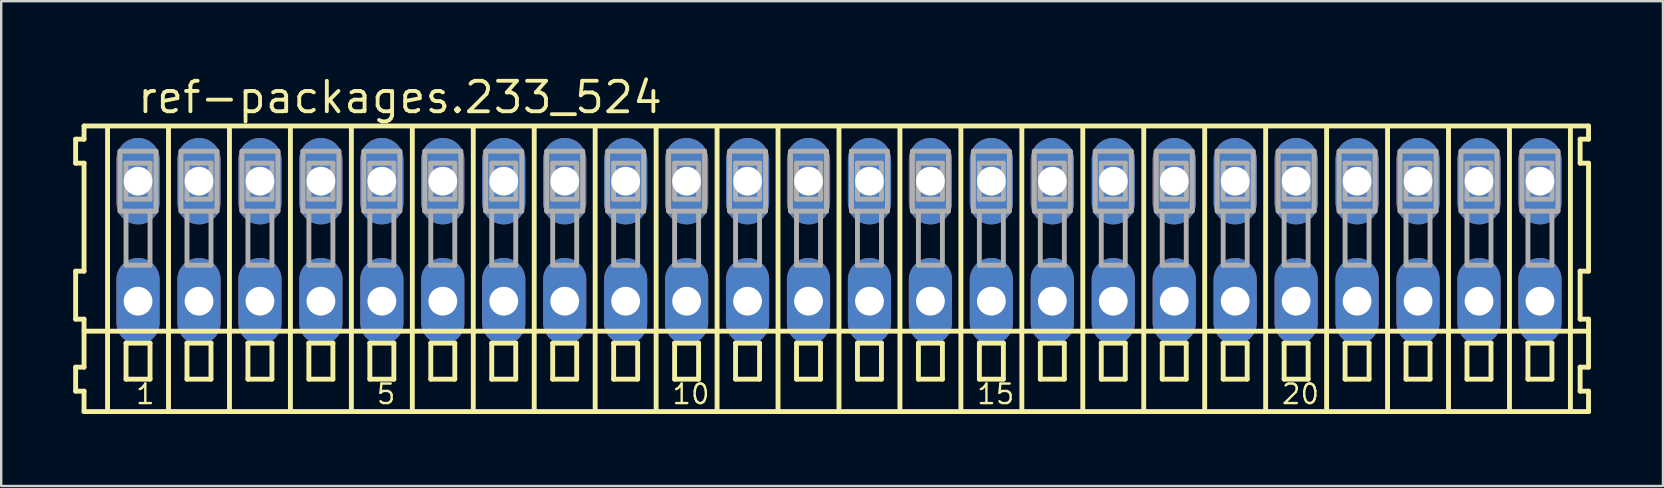
<source format=kicad_pcb>
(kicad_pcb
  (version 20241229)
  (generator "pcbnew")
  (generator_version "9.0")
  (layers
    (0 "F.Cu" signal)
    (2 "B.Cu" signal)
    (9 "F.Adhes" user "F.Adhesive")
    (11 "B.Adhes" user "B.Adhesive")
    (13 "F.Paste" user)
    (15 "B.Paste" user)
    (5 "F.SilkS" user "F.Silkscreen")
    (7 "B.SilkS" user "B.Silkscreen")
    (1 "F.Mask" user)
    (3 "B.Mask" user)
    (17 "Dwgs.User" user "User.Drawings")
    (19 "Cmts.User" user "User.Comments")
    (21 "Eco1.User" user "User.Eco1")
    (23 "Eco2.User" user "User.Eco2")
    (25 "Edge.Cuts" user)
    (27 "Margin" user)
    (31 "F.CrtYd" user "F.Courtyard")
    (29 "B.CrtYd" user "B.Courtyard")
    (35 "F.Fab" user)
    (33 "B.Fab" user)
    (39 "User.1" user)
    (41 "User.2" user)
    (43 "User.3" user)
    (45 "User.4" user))
  (footprint "ref-packages.233_524"
    (layer "F.Cu")
    (at 31.912 7)
    (property "Reference" "ref-packages.233_524" (at -29.31 -5.25 0) (layer "F.SilkS") (effects (font (size 1.27 1.27) (thickness 0.16)) (justify left bottom)))
    (attr through_hole)
    (fp_line (start -31.81 -4.25) (end -31.81 -3.25) (stroke (width 0.203) (type default)) (layer "F.SilkS"))
    (fp_line (start -31.81 -3.25) (end -31.46 -3.25) (stroke (width 0.203) (type default)) (layer "F.SilkS"))
    (fp_line (start -31.81 1.25) (end -31.81 3.25) (stroke (width 0.203) (type default)) (layer "F.SilkS"))
    (fp_line (start -31.81 3.25) (end -31.46 3.25) (stroke (width 0.203) (type default)) (layer "F.SilkS"))
    (fp_line (start -31.81 5.25) (end -31.81 6.25) (stroke (width 0.203) (type default)) (layer "F.SilkS"))
    (fp_line (start -31.81 6.25) (end -31.46 6.25) (stroke (width 0.203) (type default)) (layer "F.SilkS"))
    (fp_line (start -31.46 -4.8) (end -31.46 -4.25) (stroke (width 0.203) (type default)) (layer "F.SilkS"))
    (fp_line (start -31.46 -4.25) (end -31.81 -4.25) (stroke (width 0.203) (type default)) (layer "F.SilkS"))
    (fp_line (start -31.46 -3.25) (end -31.46 1.25) (stroke (width 0.203) (type default)) (layer "F.SilkS"))
    (fp_line (start -31.46 1.25) (end -31.81 1.25) (stroke (width 0.203) (type default)) (layer "F.SilkS"))
    (fp_line (start -31.46 3.25) (end -31.46 5.25) (stroke (width 0.203) (type default)) (layer "F.SilkS"))
    (fp_line (start -31.46 3.75) (end 31.235 3.75) (stroke (width 0.203) (type default)) (layer "F.SilkS"))
    (fp_line (start -31.46 5.25) (end -31.81 5.25) (stroke (width 0.203) (type default)) (layer "F.SilkS"))
    (fp_line (start -31.46 6.25) (end -31.46 7.1) (stroke (width 0.203) (type default)) (layer "F.SilkS"))
    (fp_line (start -31.46 7.1) (end 31.235 7.1) (stroke (width 0.203) (type default)) (layer "F.SilkS"))
    (fp_line (start -30.48 6.985) (end -30.48 -4.699) (stroke (width 0.203) (type default)) (layer "F.SilkS"))
    (fp_line (start -29.71 4.25) (end -29.71 5.75) (stroke (width 0.203) (type default)) (layer "F.SilkS"))
    (fp_line (start -29.71 5.75) (end -28.71 5.75) (stroke (width 0.203) (type default)) (layer "F.SilkS"))
    (fp_line (start -28.71 4.25) (end -29.71 4.25) (stroke (width 0.203) (type default)) (layer "F.SilkS"))
    (fp_line (start -28.71 5.75) (end -28.71 4.25) (stroke (width 0.203) (type default)) (layer "F.SilkS"))
    (fp_line (start -27.94 6.985) (end -27.94 -4.699) (stroke (width 0.203) (type default)) (layer "F.SilkS"))
    (fp_line (start -27.17 4.25) (end -27.17 5.75) (stroke (width 0.203) (type default)) (layer "F.SilkS"))
    (fp_line (start -27.17 5.75) (end -26.17 5.75) (stroke (width 0.203) (type default)) (layer "F.SilkS"))
    (fp_line (start -26.17 4.25) (end -27.17 4.25) (stroke (width 0.203) (type default)) (layer "F.SilkS"))
    (fp_line (start -26.17 5.75) (end -26.17 4.25) (stroke (width 0.203) (type default)) (layer "F.SilkS"))
    (fp_line (start -25.4 6.985) (end -25.4 -4.699) (stroke (width 0.203) (type default)) (layer "F.SilkS"))
    (fp_line (start -24.63 4.25) (end -24.63 5.75) (stroke (width 0.203) (type default)) (layer "F.SilkS"))
    (fp_line (start -24.63 5.75) (end -23.63 5.75) (stroke (width 0.203) (type default)) (layer "F.SilkS"))
    (fp_line (start -23.63 4.25) (end -24.63 4.25) (stroke (width 0.203) (type default)) (layer "F.SilkS"))
    (fp_line (start -23.63 5.75) (end -23.63 4.25) (stroke (width 0.203) (type default)) (layer "F.SilkS"))
    (fp_line (start -22.86 6.985) (end -22.86 -4.699) (stroke (width 0.203) (type default)) (layer "F.SilkS"))
    (fp_line (start -22.09 4.25) (end -22.09 5.75) (stroke (width 0.203) (type default)) (layer "F.SilkS"))
    (fp_line (start -22.09 5.75) (end -21.09 5.75) (stroke (width 0.203) (type default)) (layer "F.SilkS"))
    (fp_line (start -21.09 4.25) (end -22.09 4.25) (stroke (width 0.203) (type default)) (layer "F.SilkS"))
    (fp_line (start -21.09 5.75) (end -21.09 4.25) (stroke (width 0.203) (type default)) (layer "F.SilkS"))
    (fp_line (start -20.32 6.985) (end -20.32 -4.699) (stroke (width 0.203) (type default)) (layer "F.SilkS"))
    (fp_line (start -19.55 4.25) (end -19.55 5.75) (stroke (width 0.203) (type default)) (layer "F.SilkS"))
    (fp_line (start -19.55 5.75) (end -18.55 5.75) (stroke (width 0.203) (type default)) (layer "F.SilkS"))
    (fp_line (start -18.55 4.25) (end -19.55 4.25) (stroke (width 0.203) (type default)) (layer "F.SilkS"))
    (fp_line (start -18.55 5.75) (end -18.55 4.25) (stroke (width 0.203) (type default)) (layer "F.SilkS"))
    (fp_line (start -17.78 6.985) (end -17.78 -4.699) (stroke (width 0.203) (type default)) (layer "F.SilkS"))
    (fp_line (start -17.01 4.25) (end -17.01 5.75) (stroke (width 0.203) (type default)) (layer "F.SilkS"))
    (fp_line (start -17.01 5.75) (end -16.01 5.75) (stroke (width 0.203) (type default)) (layer "F.SilkS"))
    (fp_line (start -16.01 4.25) (end -17.01 4.25) (stroke (width 0.203) (type default)) (layer "F.SilkS"))
    (fp_line (start -16.01 5.75) (end -16.01 4.25) (stroke (width 0.203) (type default)) (layer "F.SilkS"))
    (fp_line (start -15.24 6.985) (end -15.24 -4.699) (stroke (width 0.203) (type default)) (layer "F.SilkS"))
    (fp_line (start -14.47 4.25) (end -14.47 5.75) (stroke (width 0.203) (type default)) (layer "F.SilkS"))
    (fp_line (start -14.47 5.75) (end -13.47 5.75) (stroke (width 0.203) (type default)) (layer "F.SilkS"))
    (fp_line (start -13.47 4.25) (end -14.47 4.25) (stroke (width 0.203) (type default)) (layer "F.SilkS"))
    (fp_line (start -13.47 5.75) (end -13.47 4.25) (stroke (width 0.203) (type default)) (layer "F.SilkS"))
    (fp_line (start -12.7 6.985) (end -12.7 -4.699) (stroke (width 0.203) (type default)) (layer "F.SilkS"))
    (fp_line (start -11.93 4.25) (end -11.93 5.75) (stroke (width 0.203) (type default)) (layer "F.SilkS"))
    (fp_line (start -11.93 5.75) (end -10.93 5.75) (stroke (width 0.203) (type default)) (layer "F.SilkS"))
    (fp_line (start -10.93 4.25) (end -11.93 4.25) (stroke (width 0.203) (type default)) (layer "F.SilkS"))
    (fp_line (start -10.93 5.75) (end -10.93 4.25) (stroke (width 0.203) (type default)) (layer "F.SilkS"))
    (fp_line (start -10.16 6.985) (end -10.16 -4.699) (stroke (width 0.203) (type default)) (layer "F.SilkS"))
    (fp_line (start -9.39 4.25) (end -9.39 5.75) (stroke (width 0.203) (type default)) (layer "F.SilkS"))
    (fp_line (start -9.39 5.75) (end -8.39 5.75) (stroke (width 0.203) (type default)) (layer "F.SilkS"))
    (fp_line (start -8.39 4.25) (end -9.39 4.25) (stroke (width 0.203) (type default)) (layer "F.SilkS"))
    (fp_line (start -8.39 5.75) (end -8.39 4.25) (stroke (width 0.203) (type default)) (layer "F.SilkS"))
    (fp_line (start -7.62 6.985) (end -7.62 -4.699) (stroke (width 0.203) (type default)) (layer "F.SilkS"))
    (fp_line (start -6.85 4.25) (end -6.85 5.75) (stroke (width 0.203) (type default)) (layer "F.SilkS"))
    (fp_line (start -6.85 5.75) (end -5.85 5.75) (stroke (width 0.203) (type default)) (layer "F.SilkS"))
    (fp_line (start -5.85 4.25) (end -6.85 4.25) (stroke (width 0.203) (type default)) (layer "F.SilkS"))
    (fp_line (start -5.85 5.75) (end -5.85 4.25) (stroke (width 0.203) (type default)) (layer "F.SilkS"))
    (fp_line (start -5.08 6.985) (end -5.08 -4.699) (stroke (width 0.203) (type default)) (layer "F.SilkS"))
    (fp_line (start -4.31 4.25) (end -4.31 5.75) (stroke (width 0.203) (type default)) (layer "F.SilkS"))
    (fp_line (start -4.31 5.75) (end -3.31 5.75) (stroke (width 0.203) (type default)) (layer "F.SilkS"))
    (fp_line (start -3.31 4.25) (end -4.31 4.25) (stroke (width 0.203) (type default)) (layer "F.SilkS"))
    (fp_line (start -3.31 5.75) (end -3.31 4.25) (stroke (width 0.203) (type default)) (layer "F.SilkS"))
    (fp_line (start -2.54 6.985) (end -2.54 -4.699) (stroke (width 0.203) (type default)) (layer "F.SilkS"))
    (fp_line (start -1.77 4.25) (end -1.77 5.75) (stroke (width 0.203) (type default)) (layer "F.SilkS"))
    (fp_line (start -1.77 5.75) (end -0.77 5.75) (stroke (width 0.203) (type default)) (layer "F.SilkS"))
    (fp_line (start -0.77 4.25) (end -1.77 4.25) (stroke (width 0.203) (type default)) (layer "F.SilkS"))
    (fp_line (start -0.77 5.75) (end -0.77 4.25) (stroke (width 0.203) (type default)) (layer "F.SilkS"))
    (fp_line (start 0 6.985) (end 0 -4.699) (stroke (width 0.203) (type default)) (layer "F.SilkS"))
    (fp_line (start 0.77 4.25) (end 0.77 5.75) (stroke (width 0.203) (type default)) (layer "F.SilkS"))
    (fp_line (start 0.77 5.75) (end 1.77 5.75) (stroke (width 0.203) (type default)) (layer "F.SilkS"))
    (fp_line (start 1.77 4.25) (end 0.77 4.25) (stroke (width 0.203) (type default)) (layer "F.SilkS"))
    (fp_line (start 1.77 5.75) (end 1.77 4.25) (stroke (width 0.203) (type default)) (layer "F.SilkS"))
    (fp_line (start 2.54 6.985) (end 2.54 -4.699) (stroke (width 0.203) (type default)) (layer "F.SilkS"))
    (fp_line (start 3.31 4.25) (end 3.31 5.75) (stroke (width 0.203) (type default)) (layer "F.SilkS"))
    (fp_line (start 3.31 5.75) (end 4.31 5.75) (stroke (width 0.203) (type default)) (layer "F.SilkS"))
    (fp_line (start 4.31 4.25) (end 3.31 4.25) (stroke (width 0.203) (type default)) (layer "F.SilkS"))
    (fp_line (start 4.31 5.75) (end 4.31 4.25) (stroke (width 0.203) (type default)) (layer "F.SilkS"))
    (fp_line (start 5.08 6.985) (end 5.08 -4.699) (stroke (width 0.203) (type default)) (layer "F.SilkS"))
    (fp_line (start 5.85 4.25) (end 5.85 5.75) (stroke (width 0.203) (type default)) (layer "F.SilkS"))
    (fp_line (start 5.85 5.75) (end 6.85 5.75) (stroke (width 0.203) (type default)) (layer "F.SilkS"))
    (fp_line (start 6.85 4.25) (end 5.85 4.25) (stroke (width 0.203) (type default)) (layer "F.SilkS"))
    (fp_line (start 6.85 5.75) (end 6.85 4.25) (stroke (width 0.203) (type default)) (layer "F.SilkS"))
    (fp_line (start 7.62 6.985) (end 7.62 -4.699) (stroke (width 0.203) (type default)) (layer "F.SilkS"))
    (fp_line (start 8.39 4.25) (end 8.39 5.75) (stroke (width 0.203) (type default)) (layer "F.SilkS"))
    (fp_line (start 8.39 5.75) (end 9.39 5.75) (stroke (width 0.203) (type default)) (layer "F.SilkS"))
    (fp_line (start 9.39 4.25) (end 8.39 4.25) (stroke (width 0.203) (type default)) (layer "F.SilkS"))
    (fp_line (start 9.39 5.75) (end 9.39 4.25) (stroke (width 0.203) (type default)) (layer "F.SilkS"))
    (fp_line (start 10.16 6.985) (end 10.16 -4.699) (stroke (width 0.203) (type default)) (layer "F.SilkS"))
    (fp_line (start 10.93 4.25) (end 10.93 5.75) (stroke (width 0.203) (type default)) (layer "F.SilkS"))
    (fp_line (start 10.93 5.75) (end 11.93 5.75) (stroke (width 0.203) (type default)) (layer "F.SilkS"))
    (fp_line (start 11.93 4.25) (end 10.93 4.25) (stroke (width 0.203) (type default)) (layer "F.SilkS"))
    (fp_line (start 11.93 5.75) (end 11.93 4.25) (stroke (width 0.203) (type default)) (layer "F.SilkS"))
    (fp_line (start 12.7 6.985) (end 12.7 -4.699) (stroke (width 0.203) (type default)) (layer "F.SilkS"))
    (fp_line (start 13.47 4.25) (end 13.47 5.75) (stroke (width 0.203) (type default)) (layer "F.SilkS"))
    (fp_line (start 13.47 5.75) (end 14.47 5.75) (stroke (width 0.203) (type default)) (layer "F.SilkS"))
    (fp_line (start 14.47 4.25) (end 13.47 4.25) (stroke (width 0.203) (type default)) (layer "F.SilkS"))
    (fp_line (start 14.47 5.75) (end 14.47 4.25) (stroke (width 0.203) (type default)) (layer "F.SilkS"))
    (fp_line (start 15.24 6.985) (end 15.24 -4.699) (stroke (width 0.203) (type default)) (layer "F.SilkS"))
    (fp_line (start 16.01 4.25) (end 16.01 5.75) (stroke (width 0.203) (type default)) (layer "F.SilkS"))
    (fp_line (start 16.01 5.75) (end 17.01 5.75) (stroke (width 0.203) (type default)) (layer "F.SilkS"))
    (fp_line (start 17.01 4.25) (end 16.01 4.25) (stroke (width 0.203) (type default)) (layer "F.SilkS"))
    (fp_line (start 17.01 5.75) (end 17.01 4.25) (stroke (width 0.203) (type default)) (layer "F.SilkS"))
    (fp_line (start 17.78 6.985) (end 17.78 -4.699) (stroke (width 0.203) (type default)) (layer "F.SilkS"))
    (fp_line (start 18.55 4.25) (end 18.55 5.75) (stroke (width 0.203) (type default)) (layer "F.SilkS"))
    (fp_line (start 18.55 5.75) (end 19.55 5.75) (stroke (width 0.203) (type default)) (layer "F.SilkS"))
    (fp_line (start 19.55 4.25) (end 18.55 4.25) (stroke (width 0.203) (type default)) (layer "F.SilkS"))
    (fp_line (start 19.55 5.75) (end 19.55 4.25) (stroke (width 0.203) (type default)) (layer "F.SilkS"))
    (fp_line (start 20.32 6.985) (end 20.32 -4.699) (stroke (width 0.203) (type default)) (layer "F.SilkS"))
    (fp_line (start 21.09 4.25) (end 21.09 5.75) (stroke (width 0.203) (type default)) (layer "F.SilkS"))
    (fp_line (start 21.09 5.75) (end 22.09 5.75) (stroke (width 0.203) (type default)) (layer "F.SilkS"))
    (fp_line (start 22.09 4.25) (end 21.09 4.25) (stroke (width 0.203) (type default)) (layer "F.SilkS"))
    (fp_line (start 22.09 5.75) (end 22.09 4.25) (stroke (width 0.203) (type default)) (layer "F.SilkS"))
    (fp_line (start 22.86 6.985) (end 22.86 -4.699) (stroke (width 0.203) (type default)) (layer "F.SilkS"))
    (fp_line (start 23.63 4.25) (end 23.63 5.75) (stroke (width 0.203) (type default)) (layer "F.SilkS"))
    (fp_line (start 23.63 5.75) (end 24.63 5.75) (stroke (width 0.203) (type default)) (layer "F.SilkS"))
    (fp_line (start 24.63 4.25) (end 23.63 4.25) (stroke (width 0.203) (type default)) (layer "F.SilkS"))
    (fp_line (start 24.63 5.75) (end 24.63 4.25) (stroke (width 0.203) (type default)) (layer "F.SilkS"))
    (fp_line (start 25.4 6.985) (end 25.4 -4.699) (stroke (width 0.203) (type default)) (layer "F.SilkS"))
    (fp_line (start 26.17 4.25) (end 26.17 5.75) (stroke (width 0.203) (type default)) (layer "F.SilkS"))
    (fp_line (start 26.17 5.75) (end 27.17 5.75) (stroke (width 0.203) (type default)) (layer "F.SilkS"))
    (fp_line (start 27.17 4.25) (end 26.17 4.25) (stroke (width 0.203) (type default)) (layer "F.SilkS"))
    (fp_line (start 27.17 5.75) (end 27.17 4.25) (stroke (width 0.203) (type default)) (layer "F.SilkS"))
    (fp_line (start 27.94 6.985) (end 27.94 -4.699) (stroke (width 0.203) (type default)) (layer "F.SilkS"))
    (fp_line (start 28.71 4.25) (end 28.71 5.75) (stroke (width 0.203) (type default)) (layer "F.SilkS"))
    (fp_line (start 28.71 5.75) (end 29.71 5.75) (stroke (width 0.203) (type default)) (layer "F.SilkS"))
    (fp_line (start 29.71 4.25) (end 28.71 4.25) (stroke (width 0.203) (type default)) (layer "F.SilkS"))
    (fp_line (start 29.71 5.75) (end 29.71 4.25) (stroke (width 0.203) (type default)) (layer "F.SilkS"))
    (fp_line (start 30.48 6.985) (end 30.48 -4.699) (stroke (width 0.203) (type default)) (layer "F.SilkS"))
    (fp_line (start 30.885 -4.25) (end 30.885 -3.25) (stroke (width 0.203) (type default)) (layer "F.SilkS"))
    (fp_line (start 30.885 -3.25) (end 31.235 -3.25) (stroke (width 0.203) (type default)) (layer "F.SilkS"))
    (fp_line (start 30.885 1.25) (end 30.885 3.25) (stroke (width 0.203) (type default)) (layer "F.SilkS"))
    (fp_line (start 30.885 3.25) (end 31.235 3.25) (stroke (width 0.203) (type default)) (layer "F.SilkS"))
    (fp_line (start 30.885 5.25) (end 30.885 6.25) (stroke (width 0.203) (type default)) (layer "F.SilkS"))
    (fp_line (start 30.885 6.25) (end 31.235 6.25) (stroke (width 0.203) (type default)) (layer "F.SilkS"))
    (fp_line (start 31.235 -4.8) (end -31.46 -4.8) (stroke (width 0.203) (type default)) (layer "F.SilkS"))
    (fp_line (start 31.235 -4.25) (end 30.885 -4.25) (stroke (width 0.203) (type default)) (layer "F.SilkS"))
    (fp_line (start 31.235 -4.25) (end 31.235 -4.8) (stroke (width 0.203) (type default)) (layer "F.SilkS"))
    (fp_line (start 31.235 1.25) (end 30.885 1.25) (stroke (width 0.203) (type default)) (layer "F.SilkS"))
    (fp_line (start 31.235 1.25) (end 31.235 -3.25) (stroke (width 0.203) (type default)) (layer "F.SilkS"))
    (fp_line (start 31.235 3.75) (end 31.235 3.25) (stroke (width 0.203) (type default)) (layer "F.SilkS"))
    (fp_line (start 31.235 5.25) (end 30.885 5.25) (stroke (width 0.203) (type default)) (layer "F.SilkS"))
    (fp_line (start 31.235 5.25) (end 31.235 3.75) (stroke (width 0.203) (type default)) (layer "F.SilkS"))
    (fp_line (start 31.235 7.1) (end 31.235 6.25) (stroke (width 0.203) (type default)) (layer "F.SilkS"))
    (fp_line (start -29.96 -3.75) (end -29.96 -1.25) (stroke (width 0.203) (type default)) (layer "F.Fab"))
    (fp_line (start -29.96 -1.25) (end -29.71 -1.25) (stroke (width 0.203) (type default)) (layer "F.Fab"))
    (fp_line (start -29.71 -3.25) (end -29.71 -1.75) (stroke (width 0.203) (type default)) (layer "F.Fab"))
    (fp_line (start -29.71 -1.75) (end -28.71 -1.75) (stroke (width 0.203) (type default)) (layer "F.Fab"))
    (fp_line (start -29.71 -1.25) (end -29.71 1) (stroke (width 0.203) (type default)) (layer "F.Fab"))
    (fp_line (start -29.71 -1.25) (end -28.71 -1.25) (stroke (width 0.203) (type default)) (layer "F.Fab"))
    (fp_line (start -29.71 1) (end -28.71 1) (stroke (width 0.203) (type default)) (layer "F.Fab"))
    (fp_line (start -28.71 -3.25) (end -29.71 -3.25) (stroke (width 0.203) (type default)) (layer "F.Fab"))
    (fp_line (start -28.71 -1.75) (end -28.71 -3.25) (stroke (width 0.203) (type default)) (layer "F.Fab"))
    (fp_line (start -28.71 -1.25) (end -28.46 -1.25) (stroke (width 0.203) (type default)) (layer "F.Fab"))
    (fp_line (start -28.71 1) (end -28.71 -1.25) (stroke (width 0.203) (type default)) (layer "F.Fab"))
    (fp_line (start -28.46 -3.75) (end -29.96 -3.75) (stroke (width 0.203) (type default)) (layer "F.Fab"))
    (fp_line (start -28.46 -1.25) (end -28.46 -3.75) (stroke (width 0.203) (type default)) (layer "F.Fab"))
    (fp_line (start -27.42 -3.75) (end -27.42 -1.25) (stroke (width 0.203) (type default)) (layer "F.Fab"))
    (fp_line (start -27.42 -1.25) (end -27.17 -1.25) (stroke (width 0.203) (type default)) (layer "F.Fab"))
    (fp_line (start -27.17 -3.25) (end -27.17 -1.75) (stroke (width 0.203) (type default)) (layer "F.Fab"))
    (fp_line (start -27.17 -1.75) (end -26.17 -1.75) (stroke (width 0.203) (type default)) (layer "F.Fab"))
    (fp_line (start -27.17 -1.25) (end -27.17 1) (stroke (width 0.203) (type default)) (layer "F.Fab"))
    (fp_line (start -27.17 -1.25) (end -26.17 -1.25) (stroke (width 0.203) (type default)) (layer "F.Fab"))
    (fp_line (start -27.17 1) (end -26.17 1) (stroke (width 0.203) (type default)) (layer "F.Fab"))
    (fp_line (start -26.17 -3.25) (end -27.17 -3.25) (stroke (width 0.203) (type default)) (layer "F.Fab"))
    (fp_line (start -26.17 -1.75) (end -26.17 -3.25) (stroke (width 0.203) (type default)) (layer "F.Fab"))
    (fp_line (start -26.17 -1.25) (end -25.92 -1.25) (stroke (width 0.203) (type default)) (layer "F.Fab"))
    (fp_line (start -26.17 1) (end -26.17 -1.25) (stroke (width 0.203) (type default)) (layer "F.Fab"))
    (fp_line (start -25.92 -3.75) (end -27.42 -3.75) (stroke (width 0.203) (type default)) (layer "F.Fab"))
    (fp_line (start -25.92 -1.25) (end -25.92 -3.75) (stroke (width 0.203) (type default)) (layer "F.Fab"))
    (fp_line (start -24.88 -3.75) (end -24.88 -1.25) (stroke (width 0.203) (type default)) (layer "F.Fab"))
    (fp_line (start -24.88 -1.25) (end -24.63 -1.25) (stroke (width 0.203) (type default)) (layer "F.Fab"))
    (fp_line (start -24.63 -3.25) (end -24.63 -1.75) (stroke (width 0.203) (type default)) (layer "F.Fab"))
    (fp_line (start -24.63 -1.75) (end -23.63 -1.75) (stroke (width 0.203) (type default)) (layer "F.Fab"))
    (fp_line (start -24.63 -1.25) (end -24.63 1) (stroke (width 0.203) (type default)) (layer "F.Fab"))
    (fp_line (start -24.63 -1.25) (end -23.63 -1.25) (stroke (width 0.203) (type default)) (layer "F.Fab"))
    (fp_line (start -24.63 1) (end -23.63 1) (stroke (width 0.203) (type default)) (layer "F.Fab"))
    (fp_line (start -23.63 -3.25) (end -24.63 -3.25) (stroke (width 0.203) (type default)) (layer "F.Fab"))
    (fp_line (start -23.63 -1.75) (end -23.63 -3.25) (stroke (width 0.203) (type default)) (layer "F.Fab"))
    (fp_line (start -23.63 -1.25) (end -23.38 -1.25) (stroke (width 0.203) (type default)) (layer "F.Fab"))
    (fp_line (start -23.63 1) (end -23.63 -1.25) (stroke (width 0.203) (type default)) (layer "F.Fab"))
    (fp_line (start -23.38 -3.75) (end -24.88 -3.75) (stroke (width 0.203) (type default)) (layer "F.Fab"))
    (fp_line (start -23.38 -1.25) (end -23.38 -3.75) (stroke (width 0.203) (type default)) (layer "F.Fab"))
    (fp_line (start -22.34 -3.75) (end -22.34 -1.25) (stroke (width 0.203) (type default)) (layer "F.Fab"))
    (fp_line (start -22.34 -1.25) (end -22.09 -1.25) (stroke (width 0.203) (type default)) (layer "F.Fab"))
    (fp_line (start -22.09 -3.25) (end -22.09 -1.75) (stroke (width 0.203) (type default)) (layer "F.Fab"))
    (fp_line (start -22.09 -1.75) (end -21.09 -1.75) (stroke (width 0.203) (type default)) (layer "F.Fab"))
    (fp_line (start -22.09 -1.25) (end -22.09 1) (stroke (width 0.203) (type default)) (layer "F.Fab"))
    (fp_line (start -22.09 -1.25) (end -21.09 -1.25) (stroke (width 0.203) (type default)) (layer "F.Fab"))
    (fp_line (start -22.09 1) (end -21.09 1) (stroke (width 0.203) (type default)) (layer "F.Fab"))
    (fp_line (start -21.09 -3.25) (end -22.09 -3.25) (stroke (width 0.203) (type default)) (layer "F.Fab"))
    (fp_line (start -21.09 -1.75) (end -21.09 -3.25) (stroke (width 0.203) (type default)) (layer "F.Fab"))
    (fp_line (start -21.09 -1.25) (end -20.84 -1.25) (stroke (width 0.203) (type default)) (layer "F.Fab"))
    (fp_line (start -21.09 1) (end -21.09 -1.25) (stroke (width 0.203) (type default)) (layer "F.Fab"))
    (fp_line (start -20.84 -3.75) (end -22.34 -3.75) (stroke (width 0.203) (type default)) (layer "F.Fab"))
    (fp_line (start -20.84 -1.25) (end -20.84 -3.75) (stroke (width 0.203) (type default)) (layer "F.Fab"))
    (fp_line (start -19.8 -3.75) (end -19.8 -1.25) (stroke (width 0.203) (type default)) (layer "F.Fab"))
    (fp_line (start -19.8 -1.25) (end -19.55 -1.25) (stroke (width 0.203) (type default)) (layer "F.Fab"))
    (fp_line (start -19.55 -3.25) (end -19.55 -1.75) (stroke (width 0.203) (type default)) (layer "F.Fab"))
    (fp_line (start -19.55 -1.75) (end -18.55 -1.75) (stroke (width 0.203) (type default)) (layer "F.Fab"))
    (fp_line (start -19.55 -1.25) (end -19.55 1) (stroke (width 0.203) (type default)) (layer "F.Fab"))
    (fp_line (start -19.55 -1.25) (end -18.55 -1.25) (stroke (width 0.203) (type default)) (layer "F.Fab"))
    (fp_line (start -19.55 1) (end -18.55 1) (stroke (width 0.203) (type default)) (layer "F.Fab"))
    (fp_line (start -18.55 -3.25) (end -19.55 -3.25) (stroke (width 0.203) (type default)) (layer "F.Fab"))
    (fp_line (start -18.55 -1.75) (end -18.55 -3.25) (stroke (width 0.203) (type default)) (layer "F.Fab"))
    (fp_line (start -18.55 -1.25) (end -18.3 -1.25) (stroke (width 0.203) (type default)) (layer "F.Fab"))
    (fp_line (start -18.55 1) (end -18.55 -1.25) (stroke (width 0.203) (type default)) (layer "F.Fab"))
    (fp_line (start -18.3 -3.75) (end -19.8 -3.75) (stroke (width 0.203) (type default)) (layer "F.Fab"))
    (fp_line (start -18.3 -1.25) (end -18.3 -3.75) (stroke (width 0.203) (type default)) (layer "F.Fab"))
    (fp_line (start -17.26 -3.75) (end -17.26 -1.25) (stroke (width 0.203) (type default)) (layer "F.Fab"))
    (fp_line (start -17.26 -1.25) (end -17.01 -1.25) (stroke (width 0.203) (type default)) (layer "F.Fab"))
    (fp_line (start -17.01 -3.25) (end -17.01 -1.75) (stroke (width 0.203) (type default)) (layer "F.Fab"))
    (fp_line (start -17.01 -1.75) (end -16.01 -1.75) (stroke (width 0.203) (type default)) (layer "F.Fab"))
    (fp_line (start -17.01 -1.25) (end -17.01 1) (stroke (width 0.203) (type default)) (layer "F.Fab"))
    (fp_line (start -17.01 -1.25) (end -16.01 -1.25) (stroke (width 0.203) (type default)) (layer "F.Fab"))
    (fp_line (start -17.01 1) (end -16.01 1) (stroke (width 0.203) (type default)) (layer "F.Fab"))
    (fp_line (start -16.01 -3.25) (end -17.01 -3.25) (stroke (width 0.203) (type default)) (layer "F.Fab"))
    (fp_line (start -16.01 -1.75) (end -16.01 -3.25) (stroke (width 0.203) (type default)) (layer "F.Fab"))
    (fp_line (start -16.01 -1.25) (end -15.76 -1.25) (stroke (width 0.203) (type default)) (layer "F.Fab"))
    (fp_line (start -16.01 1) (end -16.01 -1.25) (stroke (width 0.203) (type default)) (layer "F.Fab"))
    (fp_line (start -15.76 -3.75) (end -17.26 -3.75) (stroke (width 0.203) (type default)) (layer "F.Fab"))
    (fp_line (start -15.76 -1.25) (end -15.76 -3.75) (stroke (width 0.203) (type default)) (layer "F.Fab"))
    (fp_line (start -14.72 -3.75) (end -14.72 -1.25) (stroke (width 0.203) (type default)) (layer "F.Fab"))
    (fp_line (start -14.72 -1.25) (end -14.47 -1.25) (stroke (width 0.203) (type default)) (layer "F.Fab"))
    (fp_line (start -14.47 -3.25) (end -14.47 -1.75) (stroke (width 0.203) (type default)) (layer "F.Fab"))
    (fp_line (start -14.47 -1.75) (end -13.47 -1.75) (stroke (width 0.203) (type default)) (layer "F.Fab"))
    (fp_line (start -14.47 -1.25) (end -14.47 1) (stroke (width 0.203) (type default)) (layer "F.Fab"))
    (fp_line (start -14.47 -1.25) (end -13.47 -1.25) (stroke (width 0.203) (type default)) (layer "F.Fab"))
    (fp_line (start -14.47 1) (end -13.47 1) (stroke (width 0.203) (type default)) (layer "F.Fab"))
    (fp_line (start -13.47 -3.25) (end -14.47 -3.25) (stroke (width 0.203) (type default)) (layer "F.Fab"))
    (fp_line (start -13.47 -1.75) (end -13.47 -3.25) (stroke (width 0.203) (type default)) (layer "F.Fab"))
    (fp_line (start -13.47 -1.25) (end -13.22 -1.25) (stroke (width 0.203) (type default)) (layer "F.Fab"))
    (fp_line (start -13.47 1) (end -13.47 -1.25) (stroke (width 0.203) (type default)) (layer "F.Fab"))
    (fp_line (start -13.22 -3.75) (end -14.72 -3.75) (stroke (width 0.203) (type default)) (layer "F.Fab"))
    (fp_line (start -13.22 -1.25) (end -13.22 -3.75) (stroke (width 0.203) (type default)) (layer "F.Fab"))
    (fp_line (start -12.18 -3.75) (end -12.18 -1.25) (stroke (width 0.203) (type default)) (layer "F.Fab"))
    (fp_line (start -12.18 -1.25) (end -11.93 -1.25) (stroke (width 0.203) (type default)) (layer "F.Fab"))
    (fp_line (start -11.93 -3.25) (end -11.93 -1.75) (stroke (width 0.203) (type default)) (layer "F.Fab"))
    (fp_line (start -11.93 -1.75) (end -10.93 -1.75) (stroke (width 0.203) (type default)) (layer "F.Fab"))
    (fp_line (start -11.93 -1.25) (end -11.93 1) (stroke (width 0.203) (type default)) (layer "F.Fab"))
    (fp_line (start -11.93 -1.25) (end -10.93 -1.25) (stroke (width 0.203) (type default)) (layer "F.Fab"))
    (fp_line (start -11.93 1) (end -10.93 1) (stroke (width 0.203) (type default)) (layer "F.Fab"))
    (fp_line (start -10.93 -3.25) (end -11.93 -3.25) (stroke (width 0.203) (type default)) (layer "F.Fab"))
    (fp_line (start -10.93 -1.75) (end -10.93 -3.25) (stroke (width 0.203) (type default)) (layer "F.Fab"))
    (fp_line (start -10.93 -1.25) (end -10.68 -1.25) (stroke (width 0.203) (type default)) (layer "F.Fab"))
    (fp_line (start -10.93 1) (end -10.93 -1.25) (stroke (width 0.203) (type default)) (layer "F.Fab"))
    (fp_line (start -10.68 -3.75) (end -12.18 -3.75) (stroke (width 0.203) (type default)) (layer "F.Fab"))
    (fp_line (start -10.68 -1.25) (end -10.68 -3.75) (stroke (width 0.203) (type default)) (layer "F.Fab"))
    (fp_line (start -9.64 -3.75) (end -9.64 -1.25) (stroke (width 0.203) (type default)) (layer "F.Fab"))
    (fp_line (start -9.64 -1.25) (end -9.39 -1.25) (stroke (width 0.203) (type default)) (layer "F.Fab"))
    (fp_line (start -9.39 -3.25) (end -9.39 -1.75) (stroke (width 0.203) (type default)) (layer "F.Fab"))
    (fp_line (start -9.39 -1.75) (end -8.39 -1.75) (stroke (width 0.203) (type default)) (layer "F.Fab"))
    (fp_line (start -9.39 -1.25) (end -9.39 1) (stroke (width 0.203) (type default)) (layer "F.Fab"))
    (fp_line (start -9.39 -1.25) (end -8.39 -1.25) (stroke (width 0.203) (type default)) (layer "F.Fab"))
    (fp_line (start -9.39 1) (end -8.39 1) (stroke (width 0.203) (type default)) (layer "F.Fab"))
    (fp_line (start -8.39 -3.25) (end -9.39 -3.25) (stroke (width 0.203) (type default)) (layer "F.Fab"))
    (fp_line (start -8.39 -1.75) (end -8.39 -3.25) (stroke (width 0.203) (type default)) (layer "F.Fab"))
    (fp_line (start -8.39 -1.25) (end -8.14 -1.25) (stroke (width 0.203) (type default)) (layer "F.Fab"))
    (fp_line (start -8.39 1) (end -8.39 -1.25) (stroke (width 0.203) (type default)) (layer "F.Fab"))
    (fp_line (start -8.14 -3.75) (end -9.64 -3.75) (stroke (width 0.203) (type default)) (layer "F.Fab"))
    (fp_line (start -8.14 -1.25) (end -8.14 -3.75) (stroke (width 0.203) (type default)) (layer "F.Fab"))
    (fp_line (start -7.1 -3.75) (end -7.1 -1.25) (stroke (width 0.203) (type default)) (layer "F.Fab"))
    (fp_line (start -7.1 -1.25) (end -6.85 -1.25) (stroke (width 0.203) (type default)) (layer "F.Fab"))
    (fp_line (start -6.85 -3.25) (end -6.85 -1.75) (stroke (width 0.203) (type default)) (layer "F.Fab"))
    (fp_line (start -6.85 -1.75) (end -5.85 -1.75) (stroke (width 0.203) (type default)) (layer "F.Fab"))
    (fp_line (start -6.85 -1.25) (end -6.85 1) (stroke (width 0.203) (type default)) (layer "F.Fab"))
    (fp_line (start -6.85 -1.25) (end -5.85 -1.25) (stroke (width 0.203) (type default)) (layer "F.Fab"))
    (fp_line (start -6.85 1) (end -5.85 1) (stroke (width 0.203) (type default)) (layer "F.Fab"))
    (fp_line (start -5.85 -3.25) (end -6.85 -3.25) (stroke (width 0.203) (type default)) (layer "F.Fab"))
    (fp_line (start -5.85 -1.75) (end -5.85 -3.25) (stroke (width 0.203) (type default)) (layer "F.Fab"))
    (fp_line (start -5.85 -1.25) (end -5.6 -1.25) (stroke (width 0.203) (type default)) (layer "F.Fab"))
    (fp_line (start -5.85 1) (end -5.85 -1.25) (stroke (width 0.203) (type default)) (layer "F.Fab"))
    (fp_line (start -5.6 -3.75) (end -7.1 -3.75) (stroke (width 0.203) (type default)) (layer "F.Fab"))
    (fp_line (start -5.6 -1.25) (end -5.6 -3.75) (stroke (width 0.203) (type default)) (layer "F.Fab"))
    (fp_line (start -4.56 -3.75) (end -4.56 -1.25) (stroke (width 0.203) (type default)) (layer "F.Fab"))
    (fp_line (start -4.56 -1.25) (end -4.31 -1.25) (stroke (width 0.203) (type default)) (layer "F.Fab"))
    (fp_line (start -4.31 -3.25) (end -4.31 -1.75) (stroke (width 0.203) (type default)) (layer "F.Fab"))
    (fp_line (start -4.31 -1.75) (end -3.31 -1.75) (stroke (width 0.203) (type default)) (layer "F.Fab"))
    (fp_line (start -4.31 -1.25) (end -4.31 1) (stroke (width 0.203) (type default)) (layer "F.Fab"))
    (fp_line (start -4.31 -1.25) (end -3.31 -1.25) (stroke (width 0.203) (type default)) (layer "F.Fab"))
    (fp_line (start -4.31 1) (end -3.31 1) (stroke (width 0.203) (type default)) (layer "F.Fab"))
    (fp_line (start -3.31 -3.25) (end -4.31 -3.25) (stroke (width 0.203) (type default)) (layer "F.Fab"))
    (fp_line (start -3.31 -1.75) (end -3.31 -3.25) (stroke (width 0.203) (type default)) (layer "F.Fab"))
    (fp_line (start -3.31 -1.25) (end -3.06 -1.25) (stroke (width 0.203) (type default)) (layer "F.Fab"))
    (fp_line (start -3.31 1) (end -3.31 -1.25) (stroke (width 0.203) (type default)) (layer "F.Fab"))
    (fp_line (start -3.06 -3.75) (end -4.56 -3.75) (stroke (width 0.203) (type default)) (layer "F.Fab"))
    (fp_line (start -3.06 -1.25) (end -3.06 -3.75) (stroke (width 0.203) (type default)) (layer "F.Fab"))
    (fp_line (start -2.02 -3.75) (end -2.02 -1.25) (stroke (width 0.203) (type default)) (layer "F.Fab"))
    (fp_line (start -2.02 -1.25) (end -1.77 -1.25) (stroke (width 0.203) (type default)) (layer "F.Fab"))
    (fp_line (start -1.77 -3.25) (end -1.77 -1.75) (stroke (width 0.203) (type default)) (layer "F.Fab"))
    (fp_line (start -1.77 -1.75) (end -0.77 -1.75) (stroke (width 0.203) (type default)) (layer "F.Fab"))
    (fp_line (start -1.77 -1.25) (end -1.77 1) (stroke (width 0.203) (type default)) (layer "F.Fab"))
    (fp_line (start -1.77 -1.25) (end -0.77 -1.25) (stroke (width 0.203) (type default)) (layer "F.Fab"))
    (fp_line (start -1.77 1) (end -0.77 1) (stroke (width 0.203) (type default)) (layer "F.Fab"))
    (fp_line (start -0.77 -3.25) (end -1.77 -3.25) (stroke (width 0.203) (type default)) (layer "F.Fab"))
    (fp_line (start -0.77 -1.75) (end -0.77 -3.25) (stroke (width 0.203) (type default)) (layer "F.Fab"))
    (fp_line (start -0.77 -1.25) (end -0.52 -1.25) (stroke (width 0.203) (type default)) (layer "F.Fab"))
    (fp_line (start -0.77 1) (end -0.77 -1.25) (stroke (width 0.203) (type default)) (layer "F.Fab"))
    (fp_line (start -0.52 -3.75) (end -2.02 -3.75) (stroke (width 0.203) (type default)) (layer "F.Fab"))
    (fp_line (start -0.52 -1.25) (end -0.52 -3.75) (stroke (width 0.203) (type default)) (layer "F.Fab"))
    (fp_line (start 0.52 -3.75) (end 0.52 -1.25) (stroke (width 0.203) (type default)) (layer "F.Fab"))
    (fp_line (start 0.52 -1.25) (end 0.77 -1.25) (stroke (width 0.203) (type default)) (layer "F.Fab"))
    (fp_line (start 0.77 -3.25) (end 0.77 -1.75) (stroke (width 0.203) (type default)) (layer "F.Fab"))
    (fp_line (start 0.77 -1.75) (end 1.77 -1.75) (stroke (width 0.203) (type default)) (layer "F.Fab"))
    (fp_line (start 0.77 -1.25) (end 0.77 1) (stroke (width 0.203) (type default)) (layer "F.Fab"))
    (fp_line (start 0.77 -1.25) (end 1.77 -1.25) (stroke (width 0.203) (type default)) (layer "F.Fab"))
    (fp_line (start 0.77 1) (end 1.77 1) (stroke (width 0.203) (type default)) (layer "F.Fab"))
    (fp_line (start 1.77 -3.25) (end 0.77 -3.25) (stroke (width 0.203) (type default)) (layer "F.Fab"))
    (fp_line (start 1.77 -1.75) (end 1.77 -3.25) (stroke (width 0.203) (type default)) (layer "F.Fab"))
    (fp_line (start 1.77 -1.25) (end 2.02 -1.25) (stroke (width 0.203) (type default)) (layer "F.Fab"))
    (fp_line (start 1.77 1) (end 1.77 -1.25) (stroke (width 0.203) (type default)) (layer "F.Fab"))
    (fp_line (start 2.02 -3.75) (end 0.52 -3.75) (stroke (width 0.203) (type default)) (layer "F.Fab"))
    (fp_line (start 2.02 -1.25) (end 2.02 -3.75) (stroke (width 0.203) (type default)) (layer "F.Fab"))
    (fp_line (start 3.06 -3.75) (end 3.06 -1.25) (stroke (width 0.203) (type default)) (layer "F.Fab"))
    (fp_line (start 3.06 -1.25) (end 3.31 -1.25) (stroke (width 0.203) (type default)) (layer "F.Fab"))
    (fp_line (start 3.31 -3.25) (end 3.31 -1.75) (stroke (width 0.203) (type default)) (layer "F.Fab"))
    (fp_line (start 3.31 -1.75) (end 4.31 -1.75) (stroke (width 0.203) (type default)) (layer "F.Fab"))
    (fp_line (start 3.31 -1.25) (end 3.31 1) (stroke (width 0.203) (type default)) (layer "F.Fab"))
    (fp_line (start 3.31 -1.25) (end 4.31 -1.25) (stroke (width 0.203) (type default)) (layer "F.Fab"))
    (fp_line (start 3.31 1) (end 4.31 1) (stroke (width 0.203) (type default)) (layer "F.Fab"))
    (fp_line (start 4.31 -3.25) (end 3.31 -3.25) (stroke (width 0.203) (type default)) (layer "F.Fab"))
    (fp_line (start 4.31 -1.75) (end 4.31 -3.25) (stroke (width 0.203) (type default)) (layer "F.Fab"))
    (fp_line (start 4.31 -1.25) (end 4.56 -1.25) (stroke (width 0.203) (type default)) (layer "F.Fab"))
    (fp_line (start 4.31 1) (end 4.31 -1.25) (stroke (width 0.203) (type default)) (layer "F.Fab"))
    (fp_line (start 4.56 -3.75) (end 3.06 -3.75) (stroke (width 0.203) (type default)) (layer "F.Fab"))
    (fp_line (start 4.56 -1.25) (end 4.56 -3.75) (stroke (width 0.203) (type default)) (layer "F.Fab"))
    (fp_line (start 5.6 -3.75) (end 5.6 -1.25) (stroke (width 0.203) (type default)) (layer "F.Fab"))
    (fp_line (start 5.6 -1.25) (end 5.85 -1.25) (stroke (width 0.203) (type default)) (layer "F.Fab"))
    (fp_line (start 5.85 -3.25) (end 5.85 -1.75) (stroke (width 0.203) (type default)) (layer "F.Fab"))
    (fp_line (start 5.85 -1.75) (end 6.85 -1.75) (stroke (width 0.203) (type default)) (layer "F.Fab"))
    (fp_line (start 5.85 -1.25) (end 5.85 1) (stroke (width 0.203) (type default)) (layer "F.Fab"))
    (fp_line (start 5.85 -1.25) (end 6.85 -1.25) (stroke (width 0.203) (type default)) (layer "F.Fab"))
    (fp_line (start 5.85 1) (end 6.85 1) (stroke (width 0.203) (type default)) (layer "F.Fab"))
    (fp_line (start 6.85 -3.25) (end 5.85 -3.25) (stroke (width 0.203) (type default)) (layer "F.Fab"))
    (fp_line (start 6.85 -1.75) (end 6.85 -3.25) (stroke (width 0.203) (type default)) (layer "F.Fab"))
    (fp_line (start 6.85 -1.25) (end 7.1 -1.25) (stroke (width 0.203) (type default)) (layer "F.Fab"))
    (fp_line (start 6.85 1) (end 6.85 -1.25) (stroke (width 0.203) (type default)) (layer "F.Fab"))
    (fp_line (start 7.1 -3.75) (end 5.6 -3.75) (stroke (width 0.203) (type default)) (layer "F.Fab"))
    (fp_line (start 7.1 -1.25) (end 7.1 -3.75) (stroke (width 0.203) (type default)) (layer "F.Fab"))
    (fp_line (start 8.14 -3.75) (end 8.14 -1.25) (stroke (width 0.203) (type default)) (layer "F.Fab"))
    (fp_line (start 8.14 -1.25) (end 8.39 -1.25) (stroke (width 0.203) (type default)) (layer "F.Fab"))
    (fp_line (start 8.39 -3.25) (end 8.39 -1.75) (stroke (width 0.203) (type default)) (layer "F.Fab"))
    (fp_line (start 8.39 -1.75) (end 9.39 -1.75) (stroke (width 0.203) (type default)) (layer "F.Fab"))
    (fp_line (start 8.39 -1.25) (end 8.39 1) (stroke (width 0.203) (type default)) (layer "F.Fab"))
    (fp_line (start 8.39 -1.25) (end 9.39 -1.25) (stroke (width 0.203) (type default)) (layer "F.Fab"))
    (fp_line (start 8.39 1) (end 9.39 1) (stroke (width 0.203) (type default)) (layer "F.Fab"))
    (fp_line (start 9.39 -3.25) (end 8.39 -3.25) (stroke (width 0.203) (type default)) (layer "F.Fab"))
    (fp_line (start 9.39 -1.75) (end 9.39 -3.25) (stroke (width 0.203) (type default)) (layer "F.Fab"))
    (fp_line (start 9.39 -1.25) (end 9.64 -1.25) (stroke (width 0.203) (type default)) (layer "F.Fab"))
    (fp_line (start 9.39 1) (end 9.39 -1.25) (stroke (width 0.203) (type default)) (layer "F.Fab"))
    (fp_line (start 9.64 -3.75) (end 8.14 -3.75) (stroke (width 0.203) (type default)) (layer "F.Fab"))
    (fp_line (start 9.64 -1.25) (end 9.64 -3.75) (stroke (width 0.203) (type default)) (layer "F.Fab"))
    (fp_line (start 10.68 -3.75) (end 10.68 -1.25) (stroke (width 0.203) (type default)) (layer "F.Fab"))
    (fp_line (start 10.68 -1.25) (end 10.93 -1.25) (stroke (width 0.203) (type default)) (layer "F.Fab"))
    (fp_line (start 10.93 -3.25) (end 10.93 -1.75) (stroke (width 0.203) (type default)) (layer "F.Fab"))
    (fp_line (start 10.93 -1.75) (end 11.93 -1.75) (stroke (width 0.203) (type default)) (layer "F.Fab"))
    (fp_line (start 10.93 -1.25) (end 10.93 1) (stroke (width 0.203) (type default)) (layer "F.Fab"))
    (fp_line (start 10.93 -1.25) (end 11.93 -1.25) (stroke (width 0.203) (type default)) (layer "F.Fab"))
    (fp_line (start 10.93 1) (end 11.93 1) (stroke (width 0.203) (type default)) (layer "F.Fab"))
    (fp_line (start 11.93 -3.25) (end 10.93 -3.25) (stroke (width 0.203) (type default)) (layer "F.Fab"))
    (fp_line (start 11.93 -1.75) (end 11.93 -3.25) (stroke (width 0.203) (type default)) (layer "F.Fab"))
    (fp_line (start 11.93 -1.25) (end 12.18 -1.25) (stroke (width 0.203) (type default)) (layer "F.Fab"))
    (fp_line (start 11.93 1) (end 11.93 -1.25) (stroke (width 0.203) (type default)) (layer "F.Fab"))
    (fp_line (start 12.18 -3.75) (end 10.68 -3.75) (stroke (width 0.203) (type default)) (layer "F.Fab"))
    (fp_line (start 12.18 -1.25) (end 12.18 -3.75) (stroke (width 0.203) (type default)) (layer "F.Fab"))
    (fp_line (start 13.22 -3.75) (end 13.22 -1.25) (stroke (width 0.203) (type default)) (layer "F.Fab"))
    (fp_line (start 13.22 -1.25) (end 13.47 -1.25) (stroke (width 0.203) (type default)) (layer "F.Fab"))
    (fp_line (start 13.47 -3.25) (end 13.47 -1.75) (stroke (width 0.203) (type default)) (layer "F.Fab"))
    (fp_line (start 13.47 -1.75) (end 14.47 -1.75) (stroke (width 0.203) (type default)) (layer "F.Fab"))
    (fp_line (start 13.47 -1.25) (end 13.47 1) (stroke (width 0.203) (type default)) (layer "F.Fab"))
    (fp_line (start 13.47 -1.25) (end 14.47 -1.25) (stroke (width 0.203) (type default)) (layer "F.Fab"))
    (fp_line (start 13.47 1) (end 14.47 1) (stroke (width 0.203) (type default)) (layer "F.Fab"))
    (fp_line (start 14.47 -3.25) (end 13.47 -3.25) (stroke (width 0.203) (type default)) (layer "F.Fab"))
    (fp_line (start 14.47 -1.75) (end 14.47 -3.25) (stroke (width 0.203) (type default)) (layer "F.Fab"))
    (fp_line (start 14.47 -1.25) (end 14.72 -1.25) (stroke (width 0.203) (type default)) (layer "F.Fab"))
    (fp_line (start 14.47 1) (end 14.47 -1.25) (stroke (width 0.203) (type default)) (layer "F.Fab"))
    (fp_line (start 14.72 -3.75) (end 13.22 -3.75) (stroke (width 0.203) (type default)) (layer "F.Fab"))
    (fp_line (start 14.72 -1.25) (end 14.72 -3.75) (stroke (width 0.203) (type default)) (layer "F.Fab"))
    (fp_line (start 15.76 -3.75) (end 15.76 -1.25) (stroke (width 0.203) (type default)) (layer "F.Fab"))
    (fp_line (start 15.76 -1.25) (end 16.01 -1.25) (stroke (width 0.203) (type default)) (layer "F.Fab"))
    (fp_line (start 16.01 -3.25) (end 16.01 -1.75) (stroke (width 0.203) (type default)) (layer "F.Fab"))
    (fp_line (start 16.01 -1.75) (end 17.01 -1.75) (stroke (width 0.203) (type default)) (layer "F.Fab"))
    (fp_line (start 16.01 -1.25) (end 16.01 1) (stroke (width 0.203) (type default)) (layer "F.Fab"))
    (fp_line (start 16.01 -1.25) (end 17.01 -1.25) (stroke (width 0.203) (type default)) (layer "F.Fab"))
    (fp_line (start 16.01 1) (end 17.01 1) (stroke (width 0.203) (type default)) (layer "F.Fab"))
    (fp_line (start 17.01 -3.25) (end 16.01 -3.25) (stroke (width 0.203) (type default)) (layer "F.Fab"))
    (fp_line (start 17.01 -1.75) (end 17.01 -3.25) (stroke (width 0.203) (type default)) (layer "F.Fab"))
    (fp_line (start 17.01 -1.25) (end 17.26 -1.25) (stroke (width 0.203) (type default)) (layer "F.Fab"))
    (fp_line (start 17.01 1) (end 17.01 -1.25) (stroke (width 0.203) (type default)) (layer "F.Fab"))
    (fp_line (start 17.26 -3.75) (end 15.76 -3.75) (stroke (width 0.203) (type default)) (layer "F.Fab"))
    (fp_line (start 17.26 -1.25) (end 17.26 -3.75) (stroke (width 0.203) (type default)) (layer "F.Fab"))
    (fp_line (start 18.3 -3.75) (end 18.3 -1.25) (stroke (width 0.203) (type default)) (layer "F.Fab"))
    (fp_line (start 18.3 -1.25) (end 18.55 -1.25) (stroke (width 0.203) (type default)) (layer "F.Fab"))
    (fp_line (start 18.55 -3.25) (end 18.55 -1.75) (stroke (width 0.203) (type default)) (layer "F.Fab"))
    (fp_line (start 18.55 -1.75) (end 19.55 -1.75) (stroke (width 0.203) (type default)) (layer "F.Fab"))
    (fp_line (start 18.55 -1.25) (end 18.55 1) (stroke (width 0.203) (type default)) (layer "F.Fab"))
    (fp_line (start 18.55 -1.25) (end 19.55 -1.25) (stroke (width 0.203) (type default)) (layer "F.Fab"))
    (fp_line (start 18.55 1) (end 19.55 1) (stroke (width 0.203) (type default)) (layer "F.Fab"))
    (fp_line (start 19.55 -3.25) (end 18.55 -3.25) (stroke (width 0.203) (type default)) (layer "F.Fab"))
    (fp_line (start 19.55 -1.75) (end 19.55 -3.25) (stroke (width 0.203) (type default)) (layer "F.Fab"))
    (fp_line (start 19.55 -1.25) (end 19.8 -1.25) (stroke (width 0.203) (type default)) (layer "F.Fab"))
    (fp_line (start 19.55 1) (end 19.55 -1.25) (stroke (width 0.203) (type default)) (layer "F.Fab"))
    (fp_line (start 19.8 -3.75) (end 18.3 -3.75) (stroke (width 0.203) (type default)) (layer "F.Fab"))
    (fp_line (start 19.8 -1.25) (end 19.8 -3.75) (stroke (width 0.203) (type default)) (layer "F.Fab"))
    (fp_line (start 20.84 -3.75) (end 20.84 -1.25) (stroke (width 0.203) (type default)) (layer "F.Fab"))
    (fp_line (start 20.84 -1.25) (end 21.09 -1.25) (stroke (width 0.203) (type default)) (layer "F.Fab"))
    (fp_line (start 21.09 -3.25) (end 21.09 -1.75) (stroke (width 0.203) (type default)) (layer "F.Fab"))
    (fp_line (start 21.09 -1.75) (end 22.09 -1.75) (stroke (width 0.203) (type default)) (layer "F.Fab"))
    (fp_line (start 21.09 -1.25) (end 21.09 1) (stroke (width 0.203) (type default)) (layer "F.Fab"))
    (fp_line (start 21.09 -1.25) (end 22.09 -1.25) (stroke (width 0.203) (type default)) (layer "F.Fab"))
    (fp_line (start 21.09 1) (end 22.09 1) (stroke (width 0.203) (type default)) (layer "F.Fab"))
    (fp_line (start 22.09 -3.25) (end 21.09 -3.25) (stroke (width 0.203) (type default)) (layer "F.Fab"))
    (fp_line (start 22.09 -1.75) (end 22.09 -3.25) (stroke (width 0.203) (type default)) (layer "F.Fab"))
    (fp_line (start 22.09 -1.25) (end 22.34 -1.25) (stroke (width 0.203) (type default)) (layer "F.Fab"))
    (fp_line (start 22.09 1) (end 22.09 -1.25) (stroke (width 0.203) (type default)) (layer "F.Fab"))
    (fp_line (start 22.34 -3.75) (end 20.84 -3.75) (stroke (width 0.203) (type default)) (layer "F.Fab"))
    (fp_line (start 22.34 -1.25) (end 22.34 -3.75) (stroke (width 0.203) (type default)) (layer "F.Fab"))
    (fp_line (start 23.38 -3.75) (end 23.38 -1.25) (stroke (width 0.203) (type default)) (layer "F.Fab"))
    (fp_line (start 23.38 -1.25) (end 23.63 -1.25) (stroke (width 0.203) (type default)) (layer "F.Fab"))
    (fp_line (start 23.63 -3.25) (end 23.63 -1.75) (stroke (width 0.203) (type default)) (layer "F.Fab"))
    (fp_line (start 23.63 -1.75) (end 24.63 -1.75) (stroke (width 0.203) (type default)) (layer "F.Fab"))
    (fp_line (start 23.63 -1.25) (end 23.63 1) (stroke (width 0.203) (type default)) (layer "F.Fab"))
    (fp_line (start 23.63 -1.25) (end 24.63 -1.25) (stroke (width 0.203) (type default)) (layer "F.Fab"))
    (fp_line (start 23.63 1) (end 24.63 1) (stroke (width 0.203) (type default)) (layer "F.Fab"))
    (fp_line (start 24.63 -3.25) (end 23.63 -3.25) (stroke (width 0.203) (type default)) (layer "F.Fab"))
    (fp_line (start 24.63 -1.75) (end 24.63 -3.25) (stroke (width 0.203) (type default)) (layer "F.Fab"))
    (fp_line (start 24.63 -1.25) (end 24.88 -1.25) (stroke (width 0.203) (type default)) (layer "F.Fab"))
    (fp_line (start 24.63 1) (end 24.63 -1.25) (stroke (width 0.203) (type default)) (layer "F.Fab"))
    (fp_line (start 24.88 -3.75) (end 23.38 -3.75) (stroke (width 0.203) (type default)) (layer "F.Fab"))
    (fp_line (start 24.88 -1.25) (end 24.88 -3.75) (stroke (width 0.203) (type default)) (layer "F.Fab"))
    (fp_line (start 25.92 -3.75) (end 25.92 -1.25) (stroke (width 0.203) (type default)) (layer "F.Fab"))
    (fp_line (start 25.92 -1.25) (end 26.17 -1.25) (stroke (width 0.203) (type default)) (layer "F.Fab"))
    (fp_line (start 26.17 -3.25) (end 26.17 -1.75) (stroke (width 0.203) (type default)) (layer "F.Fab"))
    (fp_line (start 26.17 -1.75) (end 27.17 -1.75) (stroke (width 0.203) (type default)) (layer "F.Fab"))
    (fp_line (start 26.17 -1.25) (end 26.17 1) (stroke (width 0.203) (type default)) (layer "F.Fab"))
    (fp_line (start 26.17 -1.25) (end 27.17 -1.25) (stroke (width 0.203) (type default)) (layer "F.Fab"))
    (fp_line (start 26.17 1) (end 27.17 1) (stroke (width 0.203) (type default)) (layer "F.Fab"))
    (fp_line (start 27.17 -3.25) (end 26.17 -3.25) (stroke (width 0.203) (type default)) (layer "F.Fab"))
    (fp_line (start 27.17 -1.75) (end 27.17 -3.25) (stroke (width 0.203) (type default)) (layer "F.Fab"))
    (fp_line (start 27.17 -1.25) (end 27.42 -1.25) (stroke (width 0.203) (type default)) (layer "F.Fab"))
    (fp_line (start 27.17 1) (end 27.17 -1.25) (stroke (width 0.203) (type default)) (layer "F.Fab"))
    (fp_line (start 27.42 -3.75) (end 25.92 -3.75) (stroke (width 0.203) (type default)) (layer "F.Fab"))
    (fp_line (start 27.42 -1.25) (end 27.42 -3.75) (stroke (width 0.203) (type default)) (layer "F.Fab"))
    (fp_line (start 28.46 -3.75) (end 28.46 -1.25) (stroke (width 0.203) (type default)) (layer "F.Fab"))
    (fp_line (start 28.46 -1.25) (end 28.71 -1.25) (stroke (width 0.203) (type default)) (layer "F.Fab"))
    (fp_line (start 28.71 -3.25) (end 28.71 -1.75) (stroke (width 0.203) (type default)) (layer "F.Fab"))
    (fp_line (start 28.71 -1.75) (end 29.71 -1.75) (stroke (width 0.203) (type default)) (layer "F.Fab"))
    (fp_line (start 28.71 -1.25) (end 28.71 1) (stroke (width 0.203) (type default)) (layer "F.Fab"))
    (fp_line (start 28.71 -1.25) (end 29.71 -1.25) (stroke (width 0.203) (type default)) (layer "F.Fab"))
    (fp_line (start 28.71 1) (end 29.71 1) (stroke (width 0.203) (type default)) (layer "F.Fab"))
    (fp_line (start 29.71 -3.25) (end 28.71 -3.25) (stroke (width 0.203) (type default)) (layer "F.Fab"))
    (fp_line (start 29.71 -1.75) (end 29.71 -3.25) (stroke (width 0.203) (type default)) (layer "F.Fab"))
    (fp_line (start 29.71 -1.25) (end 29.96 -1.25) (stroke (width 0.203) (type default)) (layer "F.Fab"))
    (fp_line (start 29.71 1) (end 29.71 -1.25) (stroke (width 0.203) (type default)) (layer "F.Fab"))
    (fp_line (start 29.96 -3.75) (end 28.46 -3.75) (stroke (width 0.203) (type default)) (layer "F.Fab"))
    (fp_line (start 29.96 -1.25) (end 29.96 -3.75) (stroke (width 0.203) (type default)) (layer "F.Fab"))
    (fp_text user "15" (at 5.692 6.85 0) (layer "F.SilkS") (effects (font (size 0.813 0.813) (thickness 0.1)) (justify left bottom)))
    (fp_text user "10" (at -7.008 6.85 0) (layer "F.SilkS") (effects (font (size 0.813 0.813) (thickness 0.1)) (justify left bottom)))
    (fp_text user "20" (at 18.392 6.85 0) (layer "F.SilkS") (effects (font (size 0.813 0.813) (thickness 0.1)) (justify left bottom)))
    (fp_text user "1" (at -29.36 6.85 0) (layer "F.SilkS") (effects (font (size 0.813 0.813) (thickness 0.1)) (justify left bottom)))
    (fp_text user "5" (at -19.327 6.85 0) (layer "F.SilkS") (effects (font (size 0.813 0.813) (thickness 0.1)) (justify left bottom)))
    (pad "A1" thru_hole oval (at -29.21 -2.5 90) (size 3.6 1.8) (drill 1.2) (layers "*.Cu" "*.Mask"))
    (pad "A2" thru_hole oval (at -26.67 -2.5 90) (size 3.6 1.8) (drill 1.2) (layers "*.Cu" "*.Mask"))
    (pad "A3" thru_hole oval (at -24.13 -2.5 90) (size 3.6 1.8) (drill 1.2) (layers "*.Cu" "*.Mask"))
    (pad "A4" thru_hole oval (at -21.59 -2.5 90) (size 3.6 1.8) (drill 1.2) (layers "*.Cu" "*.Mask"))
    (pad "A5" thru_hole oval (at -19.05 -2.5 90) (size 3.6 1.8) (drill 1.2) (layers "*.Cu" "*.Mask"))
    (pad "A6" thru_hole oval (at -16.51 -2.5 90) (size 3.6 1.8) (drill 1.2) (layers "*.Cu" "*.Mask"))
    (pad "A7" thru_hole oval (at -13.97 -2.5 90) (size 3.6 1.8) (drill 1.2) (layers "*.Cu" "*.Mask"))
    (pad "A8" thru_hole oval (at -11.43 -2.5 90) (size 3.6 1.8) (drill 1.2) (layers "*.Cu" "*.Mask"))
    (pad "A9" thru_hole oval (at -8.89 -2.5 90) (size 3.6 1.8) (drill 1.2) (layers "*.Cu" "*.Mask"))
    (pad "A10" thru_hole oval (at -6.35 -2.5 90) (size 3.6 1.8) (drill 1.2) (layers "*.Cu" "*.Mask"))
    (pad "A11" thru_hole oval (at -3.81 -2.5 90) (size 3.6 1.8) (drill 1.2) (layers "*.Cu" "*.Mask"))
    (pad "A12" thru_hole oval (at -1.27 -2.5 90) (size 3.6 1.8) (drill 1.2) (layers "*.Cu" "*.Mask"))
    (pad "A13" thru_hole oval (at 1.27 -2.5 90) (size 3.6 1.8) (drill 1.2) (layers "*.Cu" "*.Mask"))
    (pad "A14" thru_hole oval (at 3.81 -2.5 90) (size 3.6 1.8) (drill 1.2) (layers "*.Cu" "*.Mask"))
    (pad "A15" thru_hole oval (at 6.35 -2.5 90) (size 3.6 1.8) (drill 1.2) (layers "*.Cu" "*.Mask"))
    (pad "A16" thru_hole oval (at 8.89 -2.5 90) (size 3.6 1.8) (drill 1.2) (layers "*.Cu" "*.Mask"))
    (pad "A17" thru_hole oval (at 11.43 -2.5 90) (size 3.6 1.8) (drill 1.2) (layers "*.Cu" "*.Mask"))
    (pad "A18" thru_hole oval (at 13.97 -2.5 90) (size 3.6 1.8) (drill 1.2) (layers "*.Cu" "*.Mask"))
    (pad "A19" thru_hole oval (at 16.51 -2.5 90) (size 3.6 1.8) (drill 1.2) (layers "*.Cu" "*.Mask"))
    (pad "A20" thru_hole oval (at 19.05 -2.5 90) (size 3.6 1.8) (drill 1.2) (layers "*.Cu" "*.Mask"))
    (pad "A21" thru_hole oval (at 21.59 -2.5 90) (size 3.6 1.8) (drill 1.2) (layers "*.Cu" "*.Mask"))
    (pad "A22" thru_hole oval (at 24.13 -2.5 90) (size 3.6 1.8) (drill 1.2) (layers "*.Cu" "*.Mask"))
    (pad "A23" thru_hole oval (at 26.67 -2.5 90) (size 3.6 1.8) (drill 1.2) (layers "*.Cu" "*.Mask"))
    (pad "A24" thru_hole oval (at 29.21 -2.5 90) (size 3.6 1.8) (drill 1.2) (layers "*.Cu" "*.Mask"))
    (pad "B1" thru_hole oval (at -29.21 2.5 90) (size 3.6 1.8) (drill 1.2) (layers "*.Cu" "*.Mask"))
    (pad "B2" thru_hole oval (at -26.67 2.5 90) (size 3.6 1.8) (drill 1.2) (layers "*.Cu" "*.Mask"))
    (pad "B3" thru_hole oval (at -24.13 2.5 90) (size 3.6 1.8) (drill 1.2) (layers "*.Cu" "*.Mask"))
    (pad "B4" thru_hole oval (at -21.59 2.5 90) (size 3.6 1.8) (drill 1.2) (layers "*.Cu" "*.Mask"))
    (pad "B5" thru_hole oval (at -19.05 2.5 90) (size 3.6 1.8) (drill 1.2) (layers "*.Cu" "*.Mask"))
    (pad "B6" thru_hole oval (at -16.51 2.5 90) (size 3.6 1.8) (drill 1.2) (layers "*.Cu" "*.Mask"))
    (pad "B7" thru_hole oval (at -13.97 2.5 90) (size 3.6 1.8) (drill 1.2) (layers "*.Cu" "*.Mask"))
    (pad "B8" thru_hole oval (at -11.43 2.5 90) (size 3.6 1.8) (drill 1.2) (layers "*.Cu" "*.Mask"))
    (pad "B9" thru_hole oval (at -8.89 2.5 90) (size 3.6 1.8) (drill 1.2) (layers "*.Cu" "*.Mask"))
    (pad "B10" thru_hole oval (at -6.35 2.5 90) (size 3.6 1.8) (drill 1.2) (layers "*.Cu" "*.Mask"))
    (pad "B11" thru_hole oval (at -3.81 2.5 90) (size 3.6 1.8) (drill 1.2) (layers "*.Cu" "*.Mask"))
    (pad "B12" thru_hole oval (at -1.27 2.5 90) (size 3.6 1.8) (drill 1.2) (layers "*.Cu" "*.Mask"))
    (pad "B13" thru_hole oval (at 1.27 2.5 90) (size 3.6 1.8) (drill 1.2) (layers "*.Cu" "*.Mask"))
    (pad "B14" thru_hole oval (at 3.81 2.5 90) (size 3.6 1.8) (drill 1.2) (layers "*.Cu" "*.Mask"))
    (pad "B15" thru_hole oval (at 6.35 2.5 90) (size 3.6 1.8) (drill 1.2) (layers "*.Cu" "*.Mask"))
    (pad "B16" thru_hole oval (at 8.89 2.5 90) (size 3.6 1.8) (drill 1.2) (layers "*.Cu" "*.Mask"))
    (pad "B17" thru_hole oval (at 11.43 2.5 90) (size 3.6 1.8) (drill 1.2) (layers "*.Cu" "*.Mask"))
    (pad "B18" thru_hole oval (at 13.97 2.5 90) (size 3.6 1.8) (drill 1.2) (layers "*.Cu" "*.Mask"))
    (pad "B19" thru_hole oval (at 16.51 2.5 90) (size 3.6 1.8) (drill 1.2) (layers "*.Cu" "*.Mask"))
    (pad "B20" thru_hole oval (at 19.05 2.5 90) (size 3.6 1.8) (drill 1.2) (layers "*.Cu" "*.Mask"))
    (pad "B21" thru_hole oval (at 21.59 2.5 90) (size 3.6 1.8) (drill 1.2) (layers "*.Cu" "*.Mask"))
    (pad "B22" thru_hole oval (at 24.13 2.5 90) (size 3.6 1.8) (drill 1.2) (layers "*.Cu" "*.Mask"))
    (pad "B23" thru_hole oval (at 26.67 2.5 90) (size 3.6 1.8) (drill 1.2) (layers "*.Cu" "*.Mask"))
    (pad "B24" thru_hole oval (at 29.21 2.5 90) (size 3.6 1.8) (drill 1.2) (layers "*.Cu" "*.Mask")))
  (gr_rect
    (start -3 -3)
    (end 66.248 17.202)
    (stroke (width 0.1) (type default))
    (fill no)
    (layer "Edge.Cuts")))
</source>
